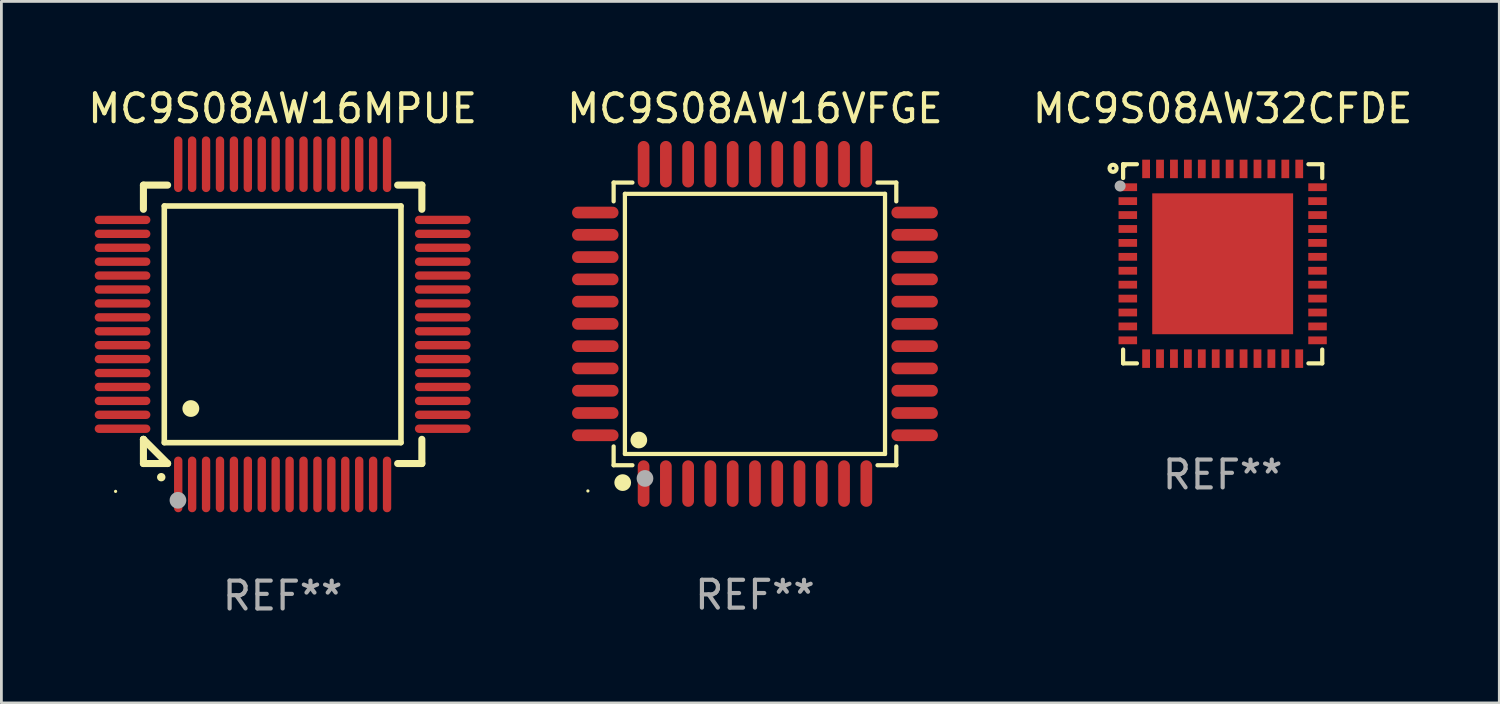
<source format=kicad_pcb>
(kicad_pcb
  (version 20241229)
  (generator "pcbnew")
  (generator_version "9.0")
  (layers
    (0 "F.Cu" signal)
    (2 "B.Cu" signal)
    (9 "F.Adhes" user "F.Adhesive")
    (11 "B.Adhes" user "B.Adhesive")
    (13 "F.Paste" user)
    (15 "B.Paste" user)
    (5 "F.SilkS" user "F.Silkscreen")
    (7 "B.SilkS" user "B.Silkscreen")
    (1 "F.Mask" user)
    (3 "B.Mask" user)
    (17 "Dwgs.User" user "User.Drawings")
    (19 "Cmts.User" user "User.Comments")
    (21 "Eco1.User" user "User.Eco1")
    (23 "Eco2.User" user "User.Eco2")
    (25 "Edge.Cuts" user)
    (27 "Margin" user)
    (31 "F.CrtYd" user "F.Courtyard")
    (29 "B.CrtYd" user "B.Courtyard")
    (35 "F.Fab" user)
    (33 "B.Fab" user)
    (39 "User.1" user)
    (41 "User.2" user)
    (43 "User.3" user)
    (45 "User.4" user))
  (footprint "MC9S08AW32CFDE"
    (layer "F.Cu")
    (at 40.863 6.424)
    (property "Reference" "MC9S08AW32CFDE" (at 0 -5.576 0) (layer "F.SilkS") (effects (font (size 1 1) (thickness 0.15))))
    (attr through_hole)
    (fp_line (start -3.576 -3.576) (end -3.576 -3.08) (stroke (width 0.152) (type solid)) (layer "F.SilkS"))
    (fp_line (start -3.576 3.576) (end -3.576 3.08) (stroke (width 0.152) (type solid)) (layer "F.SilkS"))
    (fp_line (start -3.08 -3.576) (end -3.576 -3.576) (stroke (width 0.152) (type solid)) (layer "F.SilkS"))
    (fp_line (start -3.08 3.576) (end -3.576 3.576) (stroke (width 0.152) (type solid)) (layer "F.SilkS"))
    (fp_line (start 3.08 -3.576) (end 3.576 -3.576) (stroke (width 0.152) (type solid)) (layer "F.SilkS"))
    (fp_line (start 3.08 3.576) (end 3.576 3.576) (stroke (width 0.152) (type solid)) (layer "F.SilkS"))
    (fp_line (start 3.576 -3.576) (end 3.576 -3.08) (stroke (width 0.152) (type solid)) (layer "F.SilkS"))
    (fp_line (start 3.576 3.576) (end 3.576 3.08) (stroke (width 0.152) (type solid)) (layer "F.SilkS"))
    (fp_circle (center -3.937 -3.429) (end -3.81 -3.429) (stroke (width 0.15) (type solid)) (fill no) (layer "F.SilkS"))
    (fp_circle (center -3.5 -3.5) (end -3.47 -3.5) (stroke (width 0.06) (type solid)) (fill no) (layer "F.SilkS"))
    (fp_circle (center -3.683 -2.794) (end -3.583 -2.794) (stroke (width 0.2) (type solid)) (fill no) (layer "F.Fab"))
    (fp_text user "REF**" (at 0 7.576 0) (layer "F.Fab") (effects (font (size 1 1) (thickness 0.15))))
    (pad "1" smd rect (at -3.407 -2.75) (size 0.665 0.28) (layers "F.Cu" "F.Mask" "F.Paste"))
    (pad "2" smd rect (at -3.407 -2.25) (size 0.665 0.28) (layers "F.Cu" "F.Mask" "F.Paste"))
    (pad "3" smd rect (at -3.407 -1.75) (size 0.665 0.28) (layers "F.Cu" "F.Mask" "F.Paste"))
    (pad "4" smd rect (at -3.407 -1.25) (size 0.665 0.28) (layers "F.Cu" "F.Mask" "F.Paste"))
    (pad "5" smd rect (at -3.407 -0.75) (size 0.665 0.28) (layers "F.Cu" "F.Mask" "F.Paste"))
    (pad "6" smd rect (at -3.407 -0.25) (size 0.665 0.28) (layers "F.Cu" "F.Mask" "F.Paste"))
    (pad "7" smd rect (at -3.407 0.25) (size 0.665 0.28) (layers "F.Cu" "F.Mask" "F.Paste"))
    (pad "8" smd rect (at -3.407 0.75) (size 0.665 0.28) (layers "F.Cu" "F.Mask" "F.Paste"))
    (pad "9" smd rect (at -3.407 1.25) (size 0.665 0.28) (layers "F.Cu" "F.Mask" "F.Paste"))
    (pad "10" smd rect (at -3.407 1.75) (size 0.665 0.28) (layers "F.Cu" "F.Mask" "F.Paste"))
    (pad "11" smd rect (at -3.407 2.25) (size 0.665 0.28) (layers "F.Cu" "F.Mask" "F.Paste"))
    (pad "12" smd rect (at -3.407 2.75) (size 0.665 0.28) (layers "F.Cu" "F.Mask" "F.Paste"))
    (pad "13" smd rect (at -2.75 3.407) (size 0.28 0.665) (layers "F.Cu" "F.Mask" "F.Paste"))
    (pad "14" smd rect (at -2.25 3.407) (size 0.28 0.665) (layers "F.Cu" "F.Mask" "F.Paste"))
    (pad "15" smd rect (at -1.75 3.407) (size 0.28 0.665) (layers "F.Cu" "F.Mask" "F.Paste"))
    (pad "16" smd rect (at -1.25 3.407) (size 0.28 0.665) (layers "F.Cu" "F.Mask" "F.Paste"))
    (pad "17" smd rect (at -0.75 3.407) (size 0.28 0.665) (layers "F.Cu" "F.Mask" "F.Paste"))
    (pad "18" smd rect (at -0.25 3.407) (size 0.28 0.665) (layers "F.Cu" "F.Mask" "F.Paste"))
    (pad "19" smd rect (at 0.25 3.407) (size 0.28 0.665) (layers "F.Cu" "F.Mask" "F.Paste"))
    (pad "20" smd rect (at 0.75 3.407) (size 0.28 0.665) (layers "F.Cu" "F.Mask" "F.Paste"))
    (pad "21" smd rect (at 1.25 3.407) (size 0.28 0.665) (layers "F.Cu" "F.Mask" "F.Paste"))
    (pad "22" smd rect (at 1.75 3.407) (size 0.28 0.665) (layers "F.Cu" "F.Mask" "F.Paste"))
    (pad "23" smd rect (at 2.25 3.407) (size 0.28 0.665) (layers "F.Cu" "F.Mask" "F.Paste"))
    (pad "24" smd rect (at 2.75 3.407) (size 0.28 0.665) (layers "F.Cu" "F.Mask" "F.Paste"))
    (pad "25" smd rect (at 3.407 2.75) (size 0.665 0.28) (layers "F.Cu" "F.Mask" "F.Paste"))
    (pad "26" smd rect (at 3.407 2.25) (size 0.665 0.28) (layers "F.Cu" "F.Mask" "F.Paste"))
    (pad "27" smd rect (at 3.407 1.75) (size 0.665 0.28) (layers "F.Cu" "F.Mask" "F.Paste"))
    (pad "28" smd rect (at 3.407 1.25) (size 0.665 0.28) (layers "F.Cu" "F.Mask" "F.Paste"))
    (pad "29" smd rect (at 3.407 0.75) (size 0.665 0.28) (layers "F.Cu" "F.Mask" "F.Paste"))
    (pad "30" smd rect (at 3.407 0.25) (size 0.665 0.28) (layers "F.Cu" "F.Mask" "F.Paste"))
    (pad "31" smd rect (at 3.407 -0.25) (size 0.665 0.28) (layers "F.Cu" "F.Mask" "F.Paste"))
    (pad "32" smd rect (at 3.407 -0.75) (size 0.665 0.28) (layers "F.Cu" "F.Mask" "F.Paste"))
    (pad "33" smd rect (at 3.407 -1.25) (size 0.665 0.28) (layers "F.Cu" "F.Mask" "F.Paste"))
    (pad "34" smd rect (at 3.407 -1.75) (size 0.665 0.28) (layers "F.Cu" "F.Mask" "F.Paste"))
    (pad "35" smd rect (at 3.407 -2.25) (size 0.665 0.28) (layers "F.Cu" "F.Mask" "F.Paste"))
    (pad "36" smd rect (at 3.407 -2.75) (size 0.665 0.28) (layers "F.Cu" "F.Mask" "F.Paste"))
    (pad "37" smd rect (at 2.75 -3.407) (size 0.28 0.665) (layers "F.Cu" "F.Mask" "F.Paste"))
    (pad "38" smd rect (at 2.25 -3.407) (size 0.28 0.665) (layers "F.Cu" "F.Mask" "F.Paste"))
    (pad "39" smd rect (at 1.75 -3.407) (size 0.28 0.665) (layers "F.Cu" "F.Mask" "F.Paste"))
    (pad "40" smd rect (at 1.25 -3.407) (size 0.28 0.665) (layers "F.Cu" "F.Mask" "F.Paste"))
    (pad "41" smd rect (at 0.75 -3.407) (size 0.28 0.665) (layers "F.Cu" "F.Mask" "F.Paste"))
    (pad "42" smd rect (at 0.25 -3.407) (size 0.28 0.665) (layers "F.Cu" "F.Mask" "F.Paste"))
    (pad "43" smd rect (at -0.25 -3.407) (size 0.28 0.665) (layers "F.Cu" "F.Mask" "F.Paste"))
    (pad "44" smd rect (at -0.75 -3.407) (size 0.28 0.665) (layers "F.Cu" "F.Mask" "F.Paste"))
    (pad "45" smd rect (at -1.25 -3.407) (size 0.28 0.665) (layers "F.Cu" "F.Mask" "F.Paste"))
    (pad "46" smd rect (at -1.75 -3.407) (size 0.28 0.665) (layers "F.Cu" "F.Mask" "F.Paste"))
    (pad "47" smd rect (at -2.25 -3.407) (size 0.28 0.665) (layers "F.Cu" "F.Mask" "F.Paste"))
    (pad "48" smd rect (at -2.75 -3.407) (size 0.28 0.665) (layers "F.Cu" "F.Mask" "F.Paste"))
    (pad "49" smd rect (at 0 0) (size 5.06 5.06) (layers "F.Cu" "F.Mask" "F.Paste")))
  (footprint "MC9S08AW16MPUE"
    (layer "F.Cu")
    (at 7.101 8.598)
    (property "Reference" "MC9S08AW16MPUE" (at 0 -7.75 0) (layer "F.SilkS") (effects (font (size 1 1) (thickness 0.15))))
    (attr through_hole)
    (fp_line (start -5 -5) (end -4.131 -5) (stroke (width 0.254) (type solid)) (layer "F.SilkS"))
    (fp_line (start -5 -4.131) (end -5 -5) (stroke (width 0.254) (type solid)) (layer "F.SilkS"))
    (fp_line (start -5 4.131) (end -5 4.131) (stroke (width 0.254) (type solid)) (layer "F.SilkS"))
    (fp_line (start -5 5) (end -5 4.131) (stroke (width 0.254) (type solid)) (layer "F.SilkS"))
    (fp_line (start -5 4.131) (end -4.131 5) (stroke (width 0.254) (type solid)) (layer "F.SilkS"))
    (fp_line (start -4.25 -4.25) (end -4.25 4.25) (stroke (width 0.2) (type solid)) (layer "F.SilkS"))
    (fp_line (start -4.25 4.25) (end 4.25 4.25) (stroke (width 0.2) (type solid)) (layer "F.SilkS"))
    (fp_line (start -4.131 5) (end -5 5) (stroke (width 0.254) (type solid)) (layer "F.SilkS"))
    (fp_line (start 4.25 -4.25) (end -4.25 -4.25) (stroke (width 0.2) (type solid)) (layer "F.SilkS"))
    (fp_line (start 4.25 4.25) (end 4.25 -4.25) (stroke (width 0.2) (type solid)) (layer "F.SilkS"))
    (fp_line (start 5 -5) (end 4.131 -5) (stroke (width 0.254) (type solid)) (layer "F.SilkS"))
    (fp_line (start 5 -5) (end 5 -4.131) (stroke (width 0.254) (type solid)) (layer "F.SilkS"))
    (fp_line (start 5 4.131) (end 5 5) (stroke (width 0.254) (type solid)) (layer "F.SilkS"))
    (fp_line (start 5 5) (end 4.131 5) (stroke (width 0.254) (type solid)) (layer "F.SilkS"))
    (fp_arc (start -4.361265 5.489992) (mid -4.359995 5.489987) (end -4.358725 5.489992) (stroke (width 0.3) (type solid)) (layer "F.SilkS"))
    (fp_arc (start -3.299467 3.025146) (mid -3.296927 3.025135) (end -3.294387 3.025146) (stroke (width 0.6) (type solid)) (layer "F.SilkS"))
    (fp_circle (center -6 6) (end -5.97 6) (stroke (width 0.06) (type solid)) (fill no) (layer "F.SilkS"))
    (fp_circle (center -3.76 6.32) (end -3.61 6.32) (stroke (width 0.3) (type solid)) (fill no) (layer "F.Fab"))
    (fp_text user "REF**" (at 0 9.75 0) (layer "F.Fab") (effects (font (size 1 1) (thickness 0.15))))
    (pad "1" smd oval (at -3.75 5.75) (size 0.3 2) (layers "F.Cu" "F.Mask" "F.Paste"))
    (pad "2" smd oval (at -3.25 5.75) (size 0.3 2) (layers "F.Cu" "F.Mask" "F.Paste"))
    (pad "3" smd oval (at -2.75 5.75) (size 0.3 2) (layers "F.Cu" "F.Mask" "F.Paste"))
    (pad "4" smd oval (at -2.25 5.75) (size 0.3 2) (layers "F.Cu" "F.Mask" "F.Paste"))
    (pad "5" smd oval (at -1.75 5.75) (size 0.3 2) (layers "F.Cu" "F.Mask" "F.Paste"))
    (pad "6" smd oval (at -1.25 5.75) (size 0.3 2) (layers "F.Cu" "F.Mask" "F.Paste"))
    (pad "7" smd oval (at -0.75 5.75) (size 0.3 2) (layers "F.Cu" "F.Mask" "F.Paste"))
    (pad "8" smd oval (at -0.25 5.75) (size 0.3 2) (layers "F.Cu" "F.Mask" "F.Paste"))
    (pad "9" smd oval (at 0.25 5.75) (size 0.3 2) (layers "F.Cu" "F.Mask" "F.Paste"))
    (pad "10" smd oval (at 0.75 5.75) (size 0.3 2) (layers "F.Cu" "F.Mask" "F.Paste"))
    (pad "11" smd oval (at 1.25 5.75) (size 0.3 2) (layers "F.Cu" "F.Mask" "F.Paste"))
    (pad "12" smd oval (at 1.75 5.75) (size 0.3 2) (layers "F.Cu" "F.Mask" "F.Paste"))
    (pad "13" smd oval (at 2.25 5.75) (size 0.3 2) (layers "F.Cu" "F.Mask" "F.Paste"))
    (pad "14" smd oval (at 2.75 5.75) (size 0.3 2) (layers "F.Cu" "F.Mask" "F.Paste"))
    (pad "15" smd oval (at 3.25 5.75) (size 0.3 2) (layers "F.Cu" "F.Mask" "F.Paste"))
    (pad "16" smd oval (at 3.75 5.75) (size 0.3 2) (layers "F.Cu" "F.Mask" "F.Paste"))
    (pad "17" smd oval (at 5.75 3.75) (size 2 0.3) (layers "F.Cu" "F.Mask" "F.Paste"))
    (pad "18" smd oval (at 5.75 3.25) (size 2 0.3) (layers "F.Cu" "F.Mask" "F.Paste"))
    (pad "19" smd oval (at 5.75 2.75) (size 2 0.3) (layers "F.Cu" "F.Mask" "F.Paste"))
    (pad "20" smd oval (at 5.75 2.25) (size 2 0.3) (layers "F.Cu" "F.Mask" "F.Paste"))
    (pad "21" smd oval (at 5.75 1.75) (size 2 0.3) (layers "F.Cu" "F.Mask" "F.Paste"))
    (pad "22" smd oval (at 5.75 1.25) (size 2 0.3) (layers "F.Cu" "F.Mask" "F.Paste"))
    (pad "23" smd oval (at 5.75 0.75) (size 2 0.3) (layers "F.Cu" "F.Mask" "F.Paste"))
    (pad "24" smd oval (at 5.75 0.25) (size 2 0.3) (layers "F.Cu" "F.Mask" "F.Paste"))
    (pad "25" smd oval (at 5.75 -0.25) (size 2 0.3) (layers "F.Cu" "F.Mask" "F.Paste"))
    (pad "26" smd oval (at 5.75 -0.75) (size 2 0.3) (layers "F.Cu" "F.Mask" "F.Paste"))
    (pad "27" smd oval (at 5.75 -1.25) (size 2 0.3) (layers "F.Cu" "F.Mask" "F.Paste"))
    (pad "28" smd oval (at 5.75 -1.75) (size 2 0.3) (layers "F.Cu" "F.Mask" "F.Paste"))
    (pad "29" smd oval (at 5.75 -2.25) (size 2 0.3) (layers "F.Cu" "F.Mask" "F.Paste"))
    (pad "30" smd oval (at 5.75 -2.75) (size 2 0.3) (layers "F.Cu" "F.Mask" "F.Paste"))
    (pad "31" smd oval (at 5.75 -3.25) (size 2 0.3) (layers "F.Cu" "F.Mask" "F.Paste"))
    (pad "32" smd oval (at 5.75 -3.75) (size 2 0.3) (layers "F.Cu" "F.Mask" "F.Paste"))
    (pad "33" smd oval (at 3.75 -5.75) (size 0.3 2) (layers "F.Cu" "F.Mask" "F.Paste"))
    (pad "34" smd oval (at 3.25 -5.75) (size 0.3 2) (layers "F.Cu" "F.Mask" "F.Paste"))
    (pad "35" smd oval (at 2.75 -5.75) (size 0.3 2) (layers "F.Cu" "F.Mask" "F.Paste"))
    (pad "36" smd oval (at 2.25 -5.75) (size 0.3 2) (layers "F.Cu" "F.Mask" "F.Paste"))
    (pad "37" smd oval (at 1.75 -5.75) (size 0.3 2) (layers "F.Cu" "F.Mask" "F.Paste"))
    (pad "38" smd oval (at 1.25 -5.75) (size 0.3 2) (layers "F.Cu" "F.Mask" "F.Paste"))
    (pad "39" smd oval (at 0.75 -5.75) (size 0.3 2) (layers "F.Cu" "F.Mask" "F.Paste"))
    (pad "40" smd oval (at 0.25 -5.75) (size 0.3 2) (layers "F.Cu" "F.Mask" "F.Paste"))
    (pad "41" smd oval (at -0.25 -5.75) (size 0.3 2) (layers "F.Cu" "F.Mask" "F.Paste"))
    (pad "42" smd oval (at -0.75 -5.75) (size 0.3 2) (layers "F.Cu" "F.Mask" "F.Paste"))
    (pad "43" smd oval (at -1.25 -5.75) (size 0.3 2) (layers "F.Cu" "F.Mask" "F.Paste"))
    (pad "44" smd oval (at -1.75 -5.75) (size 0.3 2) (layers "F.Cu" "F.Mask" "F.Paste"))
    (pad "45" smd oval (at -2.25 -5.75) (size 0.3 2) (layers "F.Cu" "F.Mask" "F.Paste"))
    (pad "46" smd oval (at -2.75 -5.75) (size 0.3 2) (layers "F.Cu" "F.Mask" "F.Paste"))
    (pad "47" smd oval (at -3.25 -5.75) (size 0.3 2) (layers "F.Cu" "F.Mask" "F.Paste"))
    (pad "48" smd oval (at -3.75 -5.75) (size 0.3 2) (layers "F.Cu" "F.Mask" "F.Paste"))
    (pad "49" smd oval (at -5.75 -3.75) (size 2 0.3) (layers "F.Cu" "F.Mask" "F.Paste"))
    (pad "50" smd oval (at -5.75 -3.25) (size 2 0.3) (layers "F.Cu" "F.Mask" "F.Paste"))
    (pad "51" smd oval (at -5.75 -2.75) (size 2 0.3) (layers "F.Cu" "F.Mask" "F.Paste"))
    (pad "52" smd oval (at -5.75 -2.25) (size 2 0.3) (layers "F.Cu" "F.Mask" "F.Paste"))
    (pad "53" smd oval (at -5.75 -1.75) (size 2 0.3) (layers "F.Cu" "F.Mask" "F.Paste"))
    (pad "54" smd oval (at -5.75 -1.25) (size 2 0.3) (layers "F.Cu" "F.Mask" "F.Paste"))
    (pad "55" smd oval (at -5.75 -0.75) (size 2 0.3) (layers "F.Cu" "F.Mask" "F.Paste"))
    (pad "56" smd oval (at -5.75 -0.25) (size 2 0.3) (layers "F.Cu" "F.Mask" "F.Paste"))
    (pad "57" smd oval (at -5.75 0.25) (size 2 0.3) (layers "F.Cu" "F.Mask" "F.Paste"))
    (pad "58" smd oval (at -5.75 0.75) (size 2 0.3) (layers "F.Cu" "F.Mask" "F.Paste"))
    (pad "59" smd oval (at -5.75 1.25) (size 2 0.3) (layers "F.Cu" "F.Mask" "F.Paste"))
    (pad "60" smd oval (at -5.75 1.75) (size 2 0.3) (layers "F.Cu" "F.Mask" "F.Paste"))
    (pad "61" smd oval (at -5.75 2.25) (size 2 0.3) (layers "F.Cu" "F.Mask" "F.Paste"))
    (pad "62" smd oval (at -5.75 2.75) (size 2 0.3) (layers "F.Cu" "F.Mask" "F.Paste"))
    (pad "63" smd oval (at -5.75 3.25) (size 2 0.3) (layers "F.Cu" "F.Mask" "F.Paste"))
    (pad "64" smd oval (at -5.75 3.75) (size 2 0.3) (layers "F.Cu" "F.Mask" "F.Paste")))
  (footprint "MC9S08AW16VFGE"
    (layer "F.Cu")
    (at 24.065 8.583)
    (property "Reference" "MC9S08AW16VFGE" (at 0 -7.735 0) (layer "F.SilkS") (effects (font (size 1 1) (thickness 0.15))))
    (attr through_hole)
    (fp_line (start -5.076 -5.076) (end -4.401 -5.076) (stroke (width 0.152) (type solid)) (layer "F.SilkS"))
    (fp_line (start -5.076 -4.401) (end -5.076 -5.076) (stroke (width 0.152) (type solid)) (layer "F.SilkS"))
    (fp_line (start -5.076 4.401) (end -5.076 5.076) (stroke (width 0.152) (type solid)) (layer "F.SilkS"))
    (fp_line (start -5.076 5.076) (end -4.401 5.076) (stroke (width 0.152) (type solid)) (layer "F.SilkS"))
    (fp_line (start -4.671 -4.671) (end 4.671 -4.671) (stroke (width 0.152) (type solid)) (layer "F.SilkS"))
    (fp_line (start -4.671 4.671) (end -4.671 -4.671) (stroke (width 0.152) (type solid)) (layer "F.SilkS"))
    (fp_line (start 4.671 -4.671) (end 4.671 4.671) (stroke (width 0.152) (type solid)) (layer "F.SilkS"))
    (fp_line (start 4.671 4.671) (end -4.671 4.671) (stroke (width 0.152) (type solid)) (layer "F.SilkS"))
    (fp_line (start 5.076 -5.076) (end 4.401 -5.076) (stroke (width 0.152) (type solid)) (layer "F.SilkS"))
    (fp_line (start 5.076 -4.401) (end 5.076 -5.076) (stroke (width 0.152) (type solid)) (layer "F.SilkS"))
    (fp_line (start 5.076 4.401) (end 5.076 5.076) (stroke (width 0.152) (type solid)) (layer "F.SilkS"))
    (fp_line (start 5.076 5.076) (end 4.401 5.076) (stroke (width 0.152) (type solid)) (layer "F.SilkS"))
    (fp_circle (center -6 6) (end -5.97 6) (stroke (width 0.06) (type solid)) (fill no) (layer "F.SilkS"))
    (fp_circle (center -4.75 5.7) (end -4.6 5.7) (stroke (width 0.3) (type solid)) (fill no) (layer "F.SilkS"))
    (fp_circle (center -4.171 4.171) (end -4.021 4.171) (stroke (width 0.3) (type solid)) (fill no) (layer "F.SilkS"))
    (fp_circle (center -3.95 5.55) (end -3.8 5.55) (stroke (width 0.3) (type solid)) (fill no) (layer "F.Fab"))
    (fp_text user "REF**" (at 0 9.735 0) (layer "F.Fab") (effects (font (size 1 1) (thickness 0.15))))
    (pad "1" smd oval (at -4 5.735) (size 0.42 1.67) (layers "F.Cu" "F.Mask" "F.Paste"))
    (pad "2" smd oval (at -3.2 5.735) (size 0.42 1.67) (layers "F.Cu" "F.Mask" "F.Paste"))
    (pad "3" smd oval (at -2.4 5.735) (size 0.42 1.67) (layers "F.Cu" "F.Mask" "F.Paste"))
    (pad "4" smd oval (at -1.6 5.735) (size 0.42 1.67) (layers "F.Cu" "F.Mask" "F.Paste"))
    (pad "5" smd oval (at -0.8 5.735) (size 0.42 1.67) (layers "F.Cu" "F.Mask" "F.Paste"))
    (pad "6" smd oval (at 0 5.735) (size 0.42 1.67) (layers "F.Cu" "F.Mask" "F.Paste"))
    (pad "7" smd oval (at 0.8 5.735) (size 0.42 1.67) (layers "F.Cu" "F.Mask" "F.Paste"))
    (pad "8" smd oval (at 1.6 5.735) (size 0.42 1.67) (layers "F.Cu" "F.Mask" "F.Paste"))
    (pad "9" smd oval (at 2.4 5.735) (size 0.42 1.67) (layers "F.Cu" "F.Mask" "F.Paste"))
    (pad "10" smd oval (at 3.2 5.735) (size 0.42 1.67) (layers "F.Cu" "F.Mask" "F.Paste"))
    (pad "11" smd oval (at 4 5.735) (size 0.42 1.67) (layers "F.Cu" "F.Mask" "F.Paste"))
    (pad "12" smd oval (at 5.735 4) (size 1.67 0.42) (layers "F.Cu" "F.Mask" "F.Paste"))
    (pad "13" smd oval (at 5.735 3.2) (size 1.67 0.42) (layers "F.Cu" "F.Mask" "F.Paste"))
    (pad "14" smd oval (at 5.735 2.4) (size 1.67 0.42) (layers "F.Cu" "F.Mask" "F.Paste"))
    (pad "15" smd oval (at 5.735 1.6) (size 1.67 0.42) (layers "F.Cu" "F.Mask" "F.Paste"))
    (pad "16" smd oval (at 5.735 0.8) (size 1.67 0.42) (layers "F.Cu" "F.Mask" "F.Paste"))
    (pad "17" smd oval (at 5.735 0) (size 1.67 0.42) (layers "F.Cu" "F.Mask" "F.Paste"))
    (pad "18" smd oval (at 5.735 -0.8) (size 1.67 0.42) (layers "F.Cu" "F.Mask" "F.Paste"))
    (pad "19" smd oval (at 5.735 -1.6) (size 1.67 0.42) (layers "F.Cu" "F.Mask" "F.Paste"))
    (pad "20" smd oval (at 5.735 -2.4) (size 1.67 0.42) (layers "F.Cu" "F.Mask" "F.Paste"))
    (pad "21" smd oval (at 5.735 -3.2) (size 1.67 0.42) (layers "F.Cu" "F.Mask" "F.Paste"))
    (pad "22" smd oval (at 5.735 -4) (size 1.67 0.42) (layers "F.Cu" "F.Mask" "F.Paste"))
    (pad "23" smd oval (at 4 -5.735) (size 0.42 1.67) (layers "F.Cu" "F.Mask" "F.Paste"))
    (pad "24" smd oval (at 3.2 -5.735) (size 0.42 1.67) (layers "F.Cu" "F.Mask" "F.Paste"))
    (pad "25" smd oval (at 2.4 -5.735) (size 0.42 1.67) (layers "F.Cu" "F.Mask" "F.Paste"))
    (pad "26" smd oval (at 1.6 -5.735) (size 0.42 1.67) (layers "F.Cu" "F.Mask" "F.Paste"))
    (pad "27" smd oval (at 0.8 -5.735) (size 0.42 1.67) (layers "F.Cu" "F.Mask" "F.Paste"))
    (pad "28" smd oval (at 0 -5.735) (size 0.42 1.67) (layers "F.Cu" "F.Mask" "F.Paste"))
    (pad "29" smd oval (at -0.8 -5.735) (size 0.42 1.67) (layers "F.Cu" "F.Mask" "F.Paste"))
    (pad "30" smd oval (at -1.6 -5.735) (size 0.42 1.67) (layers "F.Cu" "F.Mask" "F.Paste"))
    (pad "31" smd oval (at -2.4 -5.735) (size 0.42 1.67) (layers "F.Cu" "F.Mask" "F.Paste"))
    (pad "32" smd oval (at -3.2 -5.735) (size 0.42 1.67) (layers "F.Cu" "F.Mask" "F.Paste"))
    (pad "33" smd oval (at -4 -5.735) (size 0.42 1.67) (layers "F.Cu" "F.Mask" "F.Paste"))
    (pad "34" smd oval (at -5.735 -4) (size 1.67 0.42) (layers "F.Cu" "F.Mask" "F.Paste"))
    (pad "35" smd oval (at -5.735 -3.2) (size 1.67 0.42) (layers "F.Cu" "F.Mask" "F.Paste"))
    (pad "36" smd oval (at -5.735 -2.4) (size 1.67 0.42) (layers "F.Cu" "F.Mask" "F.Paste"))
    (pad "37" smd oval (at -5.735 -1.6) (size 1.67 0.42) (layers "F.Cu" "F.Mask" "F.Paste"))
    (pad "38" smd oval (at -5.735 -0.8) (size 1.67 0.42) (layers "F.Cu" "F.Mask" "F.Paste"))
    (pad "39" smd oval (at -5.735 0) (size 1.67 0.42) (layers "F.Cu" "F.Mask" "F.Paste"))
    (pad "40" smd oval (at -5.735 0.8) (size 1.67 0.42) (layers "F.Cu" "F.Mask" "F.Paste"))
    (pad "41" smd oval (at -5.735 1.6) (size 1.67 0.42) (layers "F.Cu" "F.Mask" "F.Paste"))
    (pad "42" smd oval (at -5.735 2.4) (size 1.67 0.42) (layers "F.Cu" "F.Mask" "F.Paste"))
    (pad "43" smd oval (at -5.735 3.2) (size 1.67 0.42) (layers "F.Cu" "F.Mask" "F.Paste"))
    (pad "44" smd oval (at -5.735 4) (size 1.67 0.42) (layers "F.Cu" "F.Mask" "F.Paste")))
  (gr_rect
    (start -3 -3)
    (end 50.798 22.196)
    (stroke (width 0.1) (type default))
    (fill no)
    (layer "Edge.Cuts")))
</source>
